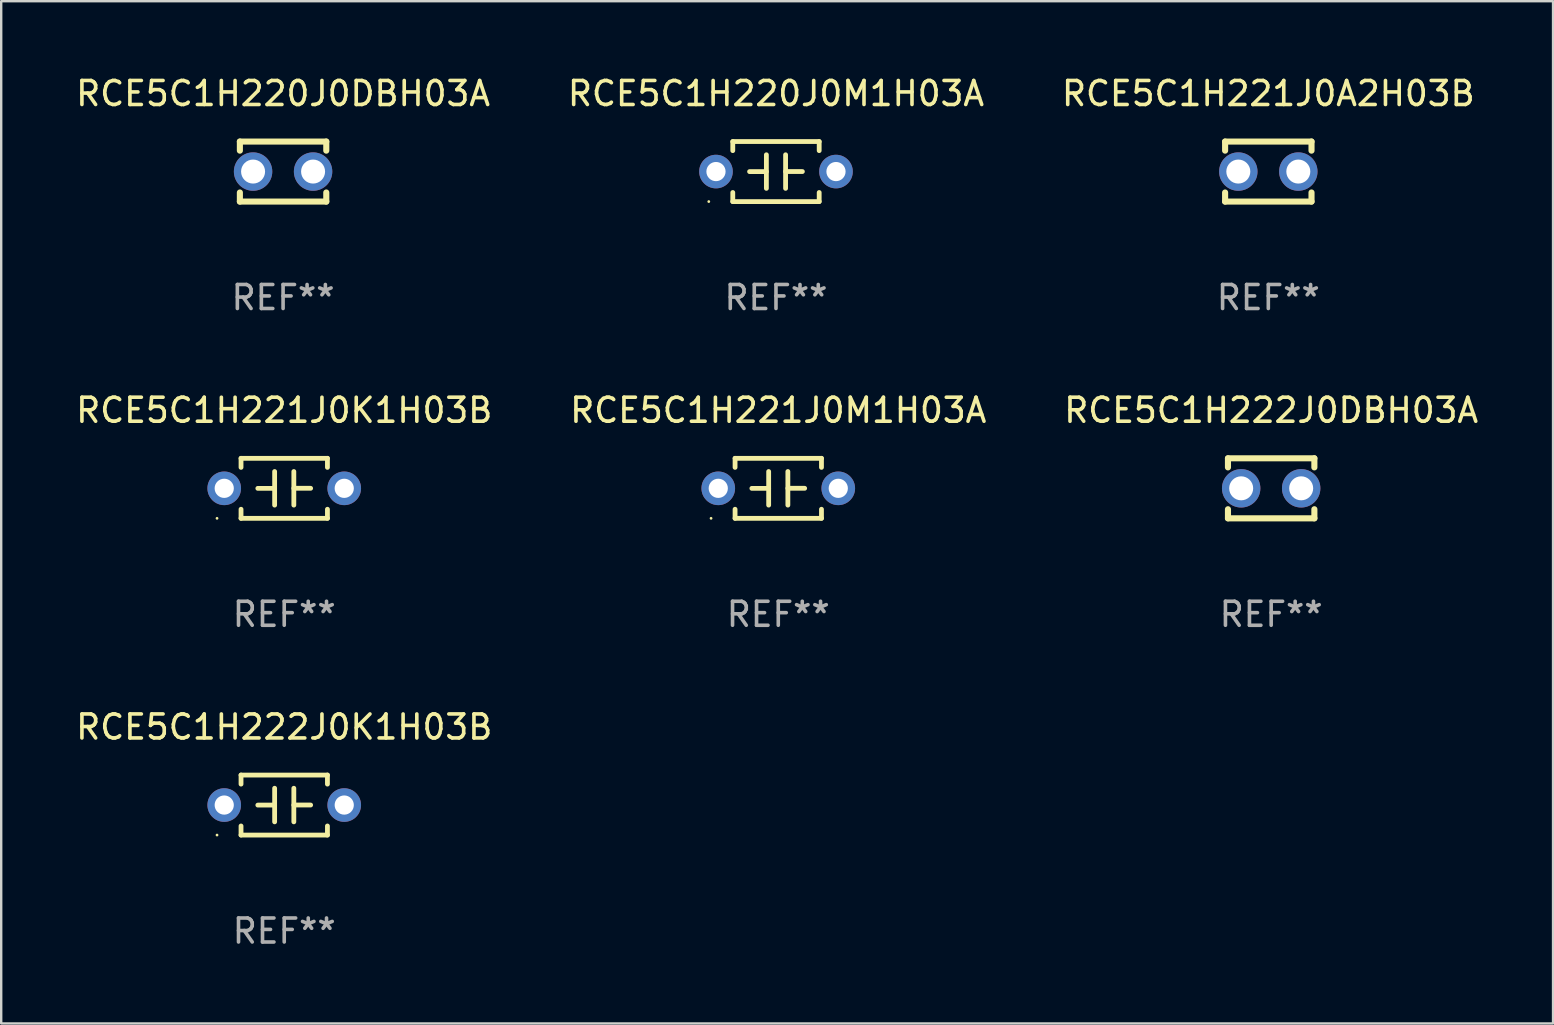
<source format=kicad_pcb>
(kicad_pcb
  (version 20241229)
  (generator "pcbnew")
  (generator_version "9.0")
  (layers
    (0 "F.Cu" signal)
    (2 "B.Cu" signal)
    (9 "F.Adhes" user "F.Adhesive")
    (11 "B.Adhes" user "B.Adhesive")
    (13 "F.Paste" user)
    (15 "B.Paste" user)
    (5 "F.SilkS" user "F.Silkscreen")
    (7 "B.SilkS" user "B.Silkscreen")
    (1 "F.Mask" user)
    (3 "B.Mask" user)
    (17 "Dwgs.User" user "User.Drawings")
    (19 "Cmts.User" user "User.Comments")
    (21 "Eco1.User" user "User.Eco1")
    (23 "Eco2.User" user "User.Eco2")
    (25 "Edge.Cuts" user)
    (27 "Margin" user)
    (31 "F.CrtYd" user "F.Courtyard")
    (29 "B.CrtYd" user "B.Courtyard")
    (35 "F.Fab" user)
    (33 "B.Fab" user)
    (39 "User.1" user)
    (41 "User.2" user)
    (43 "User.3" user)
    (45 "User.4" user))
  (footprint "RCE5C1H221J0K1H03B"
    (layer "F.Cu")
    (at 8.792 17.295)
    (property "Reference" "RCE5C1H221J0K1H03B" (at 0 -3.25 0) (layer "F.SilkS") (effects (font (size 1 1) (thickness 0.15))))
    (attr through_hole)
    (fp_line (start -1.8 -1.25) (end -1.8 -0.872) (stroke (width 0.2) (type solid)) (layer "F.SilkS"))
    (fp_line (start -1.8 -1.25) (end 1.8 -1.25) (stroke (width 0.2) (type solid)) (layer "F.SilkS"))
    (fp_line (start -1.8 0.872) (end -1.8 1.25) (stroke (width 0.2) (type solid)) (layer "F.SilkS"))
    (fp_line (start -1.8 1.25) (end 1.8 1.25) (stroke (width 0.2) (type solid)) (layer "F.SilkS"))
    (fp_line (start -0.4 -0.7) (end -0.4 0.7) (stroke (width 0.2) (type solid)) (layer "F.SilkS"))
    (fp_line (start -0.4 0.002) (end -1.1 0.002) (stroke (width 0.2) (type solid)) (layer "F.SilkS"))
    (fp_line (start 0.4 -0.001) (end 1.1 -0.001) (stroke (width 0.2) (type solid)) (layer "F.SilkS"))
    (fp_line (start 0.4 0.7) (end 0.4 -0.7) (stroke (width 0.2) (type solid)) (layer "F.SilkS"))
    (fp_line (start 1.8 -1.25) (end 1.8 -0.872) (stroke (width 0.2) (type solid)) (layer "F.SilkS"))
    (fp_line (start 1.8 0.872) (end 1.8 1.25) (stroke (width 0.2) (type solid)) (layer "F.SilkS"))
    (fp_circle (center -2.8 1.25) (end -2.77 1.25) (stroke (width 0.06) (type solid)) (fill no) (layer "F.SilkS"))
    (fp_text user "REF**" (at 0 5.25 0) (layer "F.Fab") (effects (font (size 1 1) (thickness 0.15))))
    (pad "1" thru_hole circle (at -2.5 0) (size 1.4 1.4) (drill 0.8) (layers "*.Cu" "*.Mask"))
    (pad "2" thru_hole circle (at 2.5 0) (size 1.4 1.4) (drill 0.8) (layers "*.Cu" "*.Mask")))
  (footprint "RCE5C1H221J0A2H03B"
    (layer "F.Cu")
    (at 49.792 4.098)
    (property "Reference" "RCE5C1H221J0A2H03B" (at 0 -3.25 0) (layer "F.SilkS") (effects (font (size 1 1) (thickness 0.15))))
    (attr through_hole)
    (fp_line (start -1.8 -1.25) (end -1.8 -0.872) (stroke (width 0.254) (type solid)) (layer "F.SilkS"))
    (fp_line (start -1.8 -1.25) (end 1.8 -1.25) (stroke (width 0.254) (type solid)) (layer "F.SilkS"))
    (fp_line (start -1.8 0.872) (end -1.8 1.25) (stroke (width 0.254) (type solid)) (layer "F.SilkS"))
    (fp_line (start -1.8 1.25) (end 1.8 1.25) (stroke (width 0.254) (type solid)) (layer "F.SilkS"))
    (fp_line (start 1.8 -1.25) (end 1.8 -0.872) (stroke (width 0.254) (type solid)) (layer "F.SilkS"))
    (fp_line (start 1.8 0.872) (end 1.8 1.25) (stroke (width 0.254) (type solid)) (layer "F.SilkS"))
    (fp_circle (center -1.8 1.25) (end -1.77 1.25) (stroke (width 0.06) (type solid)) (fill no) (layer "F.SilkS"))
    (fp_text user "REF**" (at 0 5.25 0) (layer "F.Fab") (effects (font (size 1 1) (thickness 0.15))))
    (pad "1" thru_hole circle (at -1.25 0) (size 1.6 1.6) (drill 1) (layers "*.Cu" "*.Mask"))
    (pad "2" thru_hole circle (at 1.25 0) (size 1.6 1.6) (drill 1) (layers "*.Cu" "*.Mask")))
  (footprint "RCE5C1H221J0M1H03A"
    (layer "F.Cu")
    (at 29.375 17.295)
    (property "Reference" "RCE5C1H221J0M1H03A" (at 0 -3.25 0) (layer "F.SilkS") (effects (font (size 1 1) (thickness 0.15))))
    (attr through_hole)
    (fp_line (start -1.8 -1.25) (end -1.8 -0.872) (stroke (width 0.2) (type solid)) (layer "F.SilkS"))
    (fp_line (start -1.8 -1.25) (end 1.8 -1.25) (stroke (width 0.2) (type solid)) (layer "F.SilkS"))
    (fp_line (start -1.8 0.872) (end -1.8 1.25) (stroke (width 0.2) (type solid)) (layer "F.SilkS"))
    (fp_line (start -1.8 1.25) (end 1.8 1.25) (stroke (width 0.2) (type solid)) (layer "F.SilkS"))
    (fp_line (start -0.4 -0.7) (end -0.4 0.7) (stroke (width 0.2) (type solid)) (layer "F.SilkS"))
    (fp_line (start -0.4 0.002) (end -1.1 0.002) (stroke (width 0.2) (type solid)) (layer "F.SilkS"))
    (fp_line (start 0.4 -0.001) (end 1.1 -0.001) (stroke (width 0.2) (type solid)) (layer "F.SilkS"))
    (fp_line (start 0.4 0.7) (end 0.4 -0.7) (stroke (width 0.2) (type solid)) (layer "F.SilkS"))
    (fp_line (start 1.8 -1.25) (end 1.8 -0.872) (stroke (width 0.2) (type solid)) (layer "F.SilkS"))
    (fp_line (start 1.8 0.872) (end 1.8 1.25) (stroke (width 0.2) (type solid)) (layer "F.SilkS"))
    (fp_circle (center -2.8 1.25) (end -2.77 1.25) (stroke (width 0.06) (type solid)) (fill no) (layer "F.SilkS"))
    (fp_text user "REF**" (at 0 5.25 0) (layer "F.Fab") (effects (font (size 1 1) (thickness 0.15))))
    (pad "1" thru_hole circle (at -2.5 0) (size 1.4 1.4) (drill 0.8) (layers "*.Cu" "*.Mask"))
    (pad "2" thru_hole circle (at 2.5 0) (size 1.4 1.4) (drill 0.8) (layers "*.Cu" "*.Mask")))
  (footprint "RCE5C1H220J0M1H03A"
    (layer "F.Cu")
    (at 29.28 4.098)
    (property "Reference" "RCE5C1H220J0M1H03A" (at 0 -3.25 0) (layer "F.SilkS") (effects (font (size 1 1) (thickness 0.15))))
    (attr through_hole)
    (fp_line (start -1.8 -1.25) (end -1.8 -0.872) (stroke (width 0.2) (type solid)) (layer "F.SilkS"))
    (fp_line (start -1.8 -1.25) (end 1.8 -1.25) (stroke (width 0.2) (type solid)) (layer "F.SilkS"))
    (fp_line (start -1.8 0.872) (end -1.8 1.25) (stroke (width 0.2) (type solid)) (layer "F.SilkS"))
    (fp_line (start -1.8 1.25) (end 1.8 1.25) (stroke (width 0.2) (type solid)) (layer "F.SilkS"))
    (fp_line (start -0.4 -0.7) (end -0.4 0.7) (stroke (width 0.2) (type solid)) (layer "F.SilkS"))
    (fp_line (start -0.4 0.002) (end -1.1 0.002) (stroke (width 0.2) (type solid)) (layer "F.SilkS"))
    (fp_line (start 0.4 -0.001) (end 1.1 -0.001) (stroke (width 0.2) (type solid)) (layer "F.SilkS"))
    (fp_line (start 0.4 0.7) (end 0.4 -0.7) (stroke (width 0.2) (type solid)) (layer "F.SilkS"))
    (fp_line (start 1.8 -1.25) (end 1.8 -0.872) (stroke (width 0.2) (type solid)) (layer "F.SilkS"))
    (fp_line (start 1.8 0.872) (end 1.8 1.25) (stroke (width 0.2) (type solid)) (layer "F.SilkS"))
    (fp_circle (center -2.8 1.25) (end -2.77 1.25) (stroke (width 0.06) (type solid)) (fill no) (layer "F.SilkS"))
    (fp_text user "REF**" (at 0 5.25 0) (layer "F.Fab") (effects (font (size 1 1) (thickness 0.15))))
    (pad "1" thru_hole circle (at -2.5 0) (size 1.4 1.4) (drill 0.8) (layers "*.Cu" "*.Mask"))
    (pad "2" thru_hole circle (at 2.5 0) (size 1.4 1.4) (drill 0.8) (layers "*.Cu" "*.Mask")))
  (footprint "RCE5C1H220J0DBH03A"
    (layer "F.Cu")
    (at 8.744 4.098)
    (property "Reference" "RCE5C1H220J0DBH03A" (at 0 -3.25 0) (layer "F.SilkS") (effects (font (size 1 1) (thickness 0.15))))
    (attr through_hole)
    (fp_line (start -1.8 -1.25) (end -1.8 -0.872) (stroke (width 0.254) (type solid)) (layer "F.SilkS"))
    (fp_line (start -1.8 -1.25) (end 1.8 -1.25) (stroke (width 0.254) (type solid)) (layer "F.SilkS"))
    (fp_line (start -1.8 0.872) (end -1.8 1.25) (stroke (width 0.254) (type solid)) (layer "F.SilkS"))
    (fp_line (start -1.8 1.25) (end 1.8 1.25) (stroke (width 0.254) (type solid)) (layer "F.SilkS"))
    (fp_line (start 1.8 -1.25) (end 1.8 -0.872) (stroke (width 0.254) (type solid)) (layer "F.SilkS"))
    (fp_line (start 1.8 0.872) (end 1.8 1.25) (stroke (width 0.254) (type solid)) (layer "F.SilkS"))
    (fp_circle (center -1.8 1.25) (end -1.77 1.25) (stroke (width 0.06) (type solid)) (fill no) (layer "F.SilkS"))
    (fp_text user "REF**" (at 0 5.25 0) (layer "F.Fab") (effects (font (size 1 1) (thickness 0.15))))
    (pad "1" thru_hole circle (at -1.25 0) (size 1.6 1.6) (drill 1) (layers "*.Cu" "*.Mask"))
    (pad "2" thru_hole circle (at 1.25 0) (size 1.6 1.6) (drill 1) (layers "*.Cu" "*.Mask")))
  (footprint "RCE5C1H222J0K1H03B"
    (layer "F.Cu")
    (at 8.792 30.491)
    (property "Reference" "RCE5C1H222J0K1H03B" (at 0 -3.25 0) (layer "F.SilkS") (effects (font (size 1 1) (thickness 0.15))))
    (attr through_hole)
    (fp_line (start -1.8 -1.25) (end -1.8 -0.872) (stroke (width 0.2) (type solid)) (layer "F.SilkS"))
    (fp_line (start -1.8 -1.25) (end 1.8 -1.25) (stroke (width 0.2) (type solid)) (layer "F.SilkS"))
    (fp_line (start -1.8 0.872) (end -1.8 1.25) (stroke (width 0.2) (type solid)) (layer "F.SilkS"))
    (fp_line (start -1.8 1.25) (end 1.8 1.25) (stroke (width 0.2) (type solid)) (layer "F.SilkS"))
    (fp_line (start -0.4 -0.7) (end -0.4 0.7) (stroke (width 0.2) (type solid)) (layer "F.SilkS"))
    (fp_line (start -0.4 0.002) (end -1.1 0.002) (stroke (width 0.2) (type solid)) (layer "F.SilkS"))
    (fp_line (start 0.4 -0.001) (end 1.1 -0.001) (stroke (width 0.2) (type solid)) (layer "F.SilkS"))
    (fp_line (start 0.4 0.7) (end 0.4 -0.7) (stroke (width 0.2) (type solid)) (layer "F.SilkS"))
    (fp_line (start 1.8 -1.25) (end 1.8 -0.872) (stroke (width 0.2) (type solid)) (layer "F.SilkS"))
    (fp_line (start 1.8 0.872) (end 1.8 1.25) (stroke (width 0.2) (type solid)) (layer "F.SilkS"))
    (fp_circle (center -2.8 1.25) (end -2.77 1.25) (stroke (width 0.06) (type solid)) (fill no) (layer "F.SilkS"))
    (fp_text user "REF**" (at 0 5.25 0) (layer "F.Fab") (effects (font (size 1 1) (thickness 0.15))))
    (pad "1" thru_hole circle (at -2.5 0) (size 1.4 1.4) (drill 0.8) (layers "*.Cu" "*.Mask"))
    (pad "2" thru_hole circle (at 2.5 0) (size 1.4 1.4) (drill 0.8) (layers "*.Cu" "*.Mask")))
  (footprint "RCE5C1H222J0DBH03A"
    (layer "F.Cu")
    (at 49.911 17.295)
    (property "Reference" "RCE5C1H222J0DBH03A" (at 0 -3.25 0) (layer "F.SilkS") (effects (font (size 1 1) (thickness 0.15))))
    (attr through_hole)
    (fp_line (start -1.8 -1.25) (end -1.8 -0.872) (stroke (width 0.254) (type solid)) (layer "F.SilkS"))
    (fp_line (start -1.8 -1.25) (end 1.8 -1.25) (stroke (width 0.254) (type solid)) (layer "F.SilkS"))
    (fp_line (start -1.8 0.872) (end -1.8 1.25) (stroke (width 0.254) (type solid)) (layer "F.SilkS"))
    (fp_line (start -1.8 1.25) (end 1.8 1.25) (stroke (width 0.254) (type solid)) (layer "F.SilkS"))
    (fp_line (start 1.8 -1.25) (end 1.8 -0.872) (stroke (width 0.254) (type solid)) (layer "F.SilkS"))
    (fp_line (start 1.8 0.872) (end 1.8 1.25) (stroke (width 0.254) (type solid)) (layer "F.SilkS"))
    (fp_circle (center -1.8 1.25) (end -1.77 1.25) (stroke (width 0.06) (type solid)) (fill no) (layer "F.SilkS"))
    (fp_text user "REF**" (at 0 5.25 0) (layer "F.Fab") (effects (font (size 1 1) (thickness 0.15))))
    (pad "1" thru_hole circle (at -1.25 0) (size 1.6 1.6) (drill 1) (layers "*.Cu" "*.Mask"))
    (pad "2" thru_hole circle (at 1.25 0) (size 1.6 1.6) (drill 1) (layers "*.Cu" "*.Mask")))
  (gr_rect
    (start -3 -3)
    (end 61.655 39.59)
    (stroke (width 0.1) (type default))
    (fill no)
    (layer "Edge.Cuts")))
</source>
